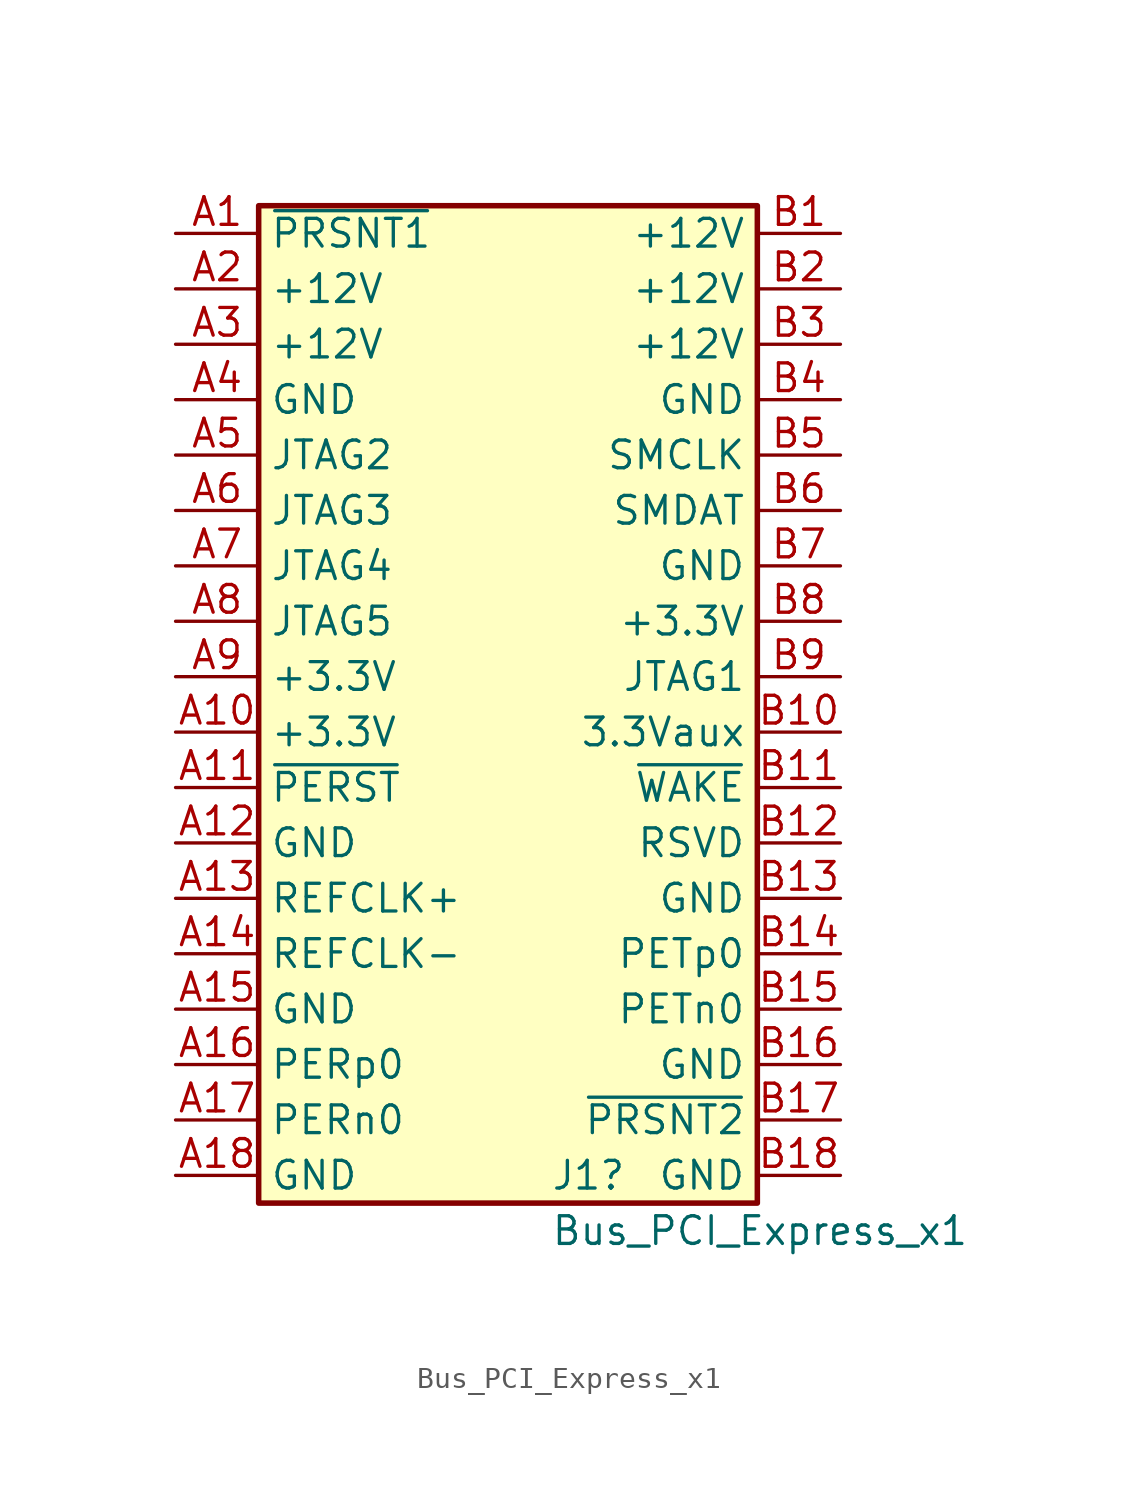
<source format=kicad_sym>
(kicad_symbol_lib
  (version 20220914)
  (generator kicad_symbol_editor)
  (symbol "Bus_PCI_Express_x1"
    (property "Reference" "J1"
      (at 1.956 -21.59 0)
      (effects (font (size 1.27 1.27)) (justify left)))
    (property "Value" "Bus_PCI_Express_x1"
      (at 1.956 -24.13 0)
      (effects (font (size 1.27 1.27)) (justify left)))
    (symbol "Bus_PCI_Express_x1_0_1"
      (rectangle (start -11.43 22.86) (end 11.43 -22.86) (stroke (width 0.254) (type default)) (fill (type background))))
    (symbol "Bus_PCI_Express_x1_1_1"
      (pin passive line (at -15.24 21.59 0) (length 3.81) (name "~{PRSNT1}" (effects (font (size 1.27 1.27)))) (number "A1" (effects (font (size 1.27 1.27)))))
      (pin passive line (at -15.24 -1.27 0) (length 3.81) (name "+3.3V" (effects (font (size 1.27 1.27)))) (number "A10" (effects (font (size 1.27 1.27)))))
      (pin input line (at -15.24 -3.81 0) (length 3.81) (name "~{PERST}" (effects (font (size 1.27 1.27)))) (number "A11" (effects (font (size 1.27 1.27)))))
      (pin passive line (at -15.24 -6.35 0) (length 3.81) (name "GND" (effects (font (size 1.27 1.27)))) (number "A12" (effects (font (size 1.27 1.27)))))
      (pin input line (at -15.24 -8.89 0) (length 3.81) (name "REFCLK+" (effects (font (size 1.27 1.27)))) (number "A13" (effects (font (size 1.27 1.27)))))
      (pin input line (at -15.24 -11.43 0) (length 3.81) (name "REFCLK-" (effects (font (size 1.27 1.27)))) (number "A14" (effects (font (size 1.27 1.27)))))
      (pin passive line (at -15.24 -13.97 0) (length 3.81) (name "GND" (effects (font (size 1.27 1.27)))) (number "A15" (effects (font (size 1.27 1.27)))))
      (pin output line (at -15.24 -16.51 0) (length 3.81) (name "PERp0" (effects (font (size 1.27 1.27)))) (number "A16" (effects (font (size 1.27 1.27)))))
      (pin output line (at -15.24 -19.05 0) (length 3.81) (name "PERn0" (effects (font (size 1.27 1.27)))) (number "A17" (effects (font (size 1.27 1.27)))))
      (pin passive line (at -15.24 -21.59 0) (length 3.81) (name "GND" (effects (font (size 1.27 1.27)))) (number "A18" (effects (font (size 1.27 1.27)))))
      (pin passive line (at -15.24 19.05 0) (length 3.81) (name "+12V" (effects (font (size 1.27 1.27)))) (number "A2" (effects (font (size 1.27 1.27)))))
      (pin passive line (at -15.24 16.51 0) (length 3.81) (name "+12V" (effects (font (size 1.27 1.27)))) (number "A3" (effects (font (size 1.27 1.27)))))
      (pin passive line (at -15.24 13.97 0) (length 3.81) (name "GND" (effects (font (size 1.27 1.27)))) (number "A4" (effects (font (size 1.27 1.27)))))
      (pin input line (at -15.24 11.43 0) (length 3.81) (name "JTAG2" (effects (font (size 1.27 1.27)))) (number "A5" (effects (font (size 1.27 1.27)))))
      (pin input line (at -15.24 8.89 0) (length 3.81) (name "JTAG3" (effects (font (size 1.27 1.27)))) (number "A6" (effects (font (size 1.27 1.27)))))
      (pin output line (at -15.24 6.35 0) (length 3.81) (name "JTAG4" (effects (font (size 1.27 1.27)))) (number "A7" (effects (font (size 1.27 1.27)))))
      (pin input line (at -15.24 3.81 0) (length 3.81) (name "JTAG5" (effects (font (size 1.27 1.27)))) (number "A8" (effects (font (size 1.27 1.27)))))
      (pin passive line (at -15.24 1.27 0) (length 3.81) (name "+3.3V" (effects (font (size 1.27 1.27)))) (number "A9" (effects (font (size 1.27 1.27)))))
      (pin power_in line (at 15.24 21.59 180) (length 3.81) (name "+12V" (effects (font (size 1.27 1.27)))) (number "B1" (effects (font (size 1.27 1.27)))))
      (pin power_in line (at 15.24 -1.27 180) (length 3.81) (name "3.3Vaux" (effects (font (size 1.27 1.27)))) (number "B10" (effects (font (size 1.27 1.27)))))
      (pin open_collector line (at 15.24 -3.81 180) (length 3.81) (name "~{WAKE}" (effects (font (size 1.27 1.27)))) (number "B11" (effects (font (size 1.27 1.27)))))
      (pin passive line (at 15.24 -6.35 180) (length 3.81) (name "RSVD" (effects (font (size 1.27 1.27)))) (number "B12" (effects (font (size 1.27 1.27)))))
      (pin passive line (at 15.24 -8.89 180) (length 3.81) (name "GND" (effects (font (size 1.27 1.27)))) (number "B13" (effects (font (size 1.27 1.27)))))
      (pin input line (at 15.24 -11.43 180) (length 3.81) (name "PETp0" (effects (font (size 1.27 1.27)))) (number "B14" (effects (font (size 1.27 1.27)))))
      (pin input line (at 15.24 -13.97 180) (length 3.81) (name "PETn0" (effects (font (size 1.27 1.27)))) (number "B15" (effects (font (size 1.27 1.27)))))
      (pin passive line (at 15.24 -16.51 180) (length 3.81) (name "GND" (effects (font (size 1.27 1.27)))) (number "B16" (effects (font (size 1.27 1.27)))))
      (pin passive line (at 15.24 -19.05 180) (length 3.81) (name "~{PRSNT2}" (effects (font (size 1.27 1.27)))) (number "B17" (effects (font (size 1.27 1.27)))))
      (pin passive line (at 15.24 -21.59 180) (length 3.81) (name "GND" (effects (font (size 1.27 1.27)))) (number "B18" (effects (font (size 1.27 1.27)))))
      (pin passive line (at 15.24 19.05 180) (length 3.81) (name "+12V" (effects (font (size 1.27 1.27)))) (number "B2" (effects (font (size 1.27 1.27)))))
      (pin passive line (at 15.24 16.51 180) (length 3.81) (name "+12V" (effects (font (size 1.27 1.27)))) (number "B3" (effects (font (size 1.27 1.27)))))
      (pin power_in line (at 15.24 13.97 180) (length 3.81) (name "GND" (effects (font (size 1.27 1.27)))) (number "B4" (effects (font (size 1.27 1.27)))))
      (pin input line (at 15.24 11.43 180) (length 3.81) (name "SMCLK" (effects (font (size 1.27 1.27)))) (number "B5" (effects (font (size 1.27 1.27)))))
      (pin bidirectional line (at 15.24 8.89 180) (length 3.81) (name "SMDAT" (effects (font (size 1.27 1.27)))) (number "B6" (effects (font (size 1.27 1.27)))))
      (pin passive line (at 15.24 6.35 180) (length 3.81) (name "GND" (effects (font (size 1.27 1.27)))) (number "B7" (effects (font (size 1.27 1.27)))))
      (pin power_in line (at 15.24 3.81 180) (length 3.81) (name "+3.3V" (effects (font (size 1.27 1.27)))) (number "B8" (effects (font (size 1.27 1.27)))))
      (pin input line (at 15.24 1.27 180) (length 3.81) (name "JTAG1" (effects (font (size 1.27 1.27)))) (number "B9" (effects (font (size 1.27 1.27))))))))
</source>
